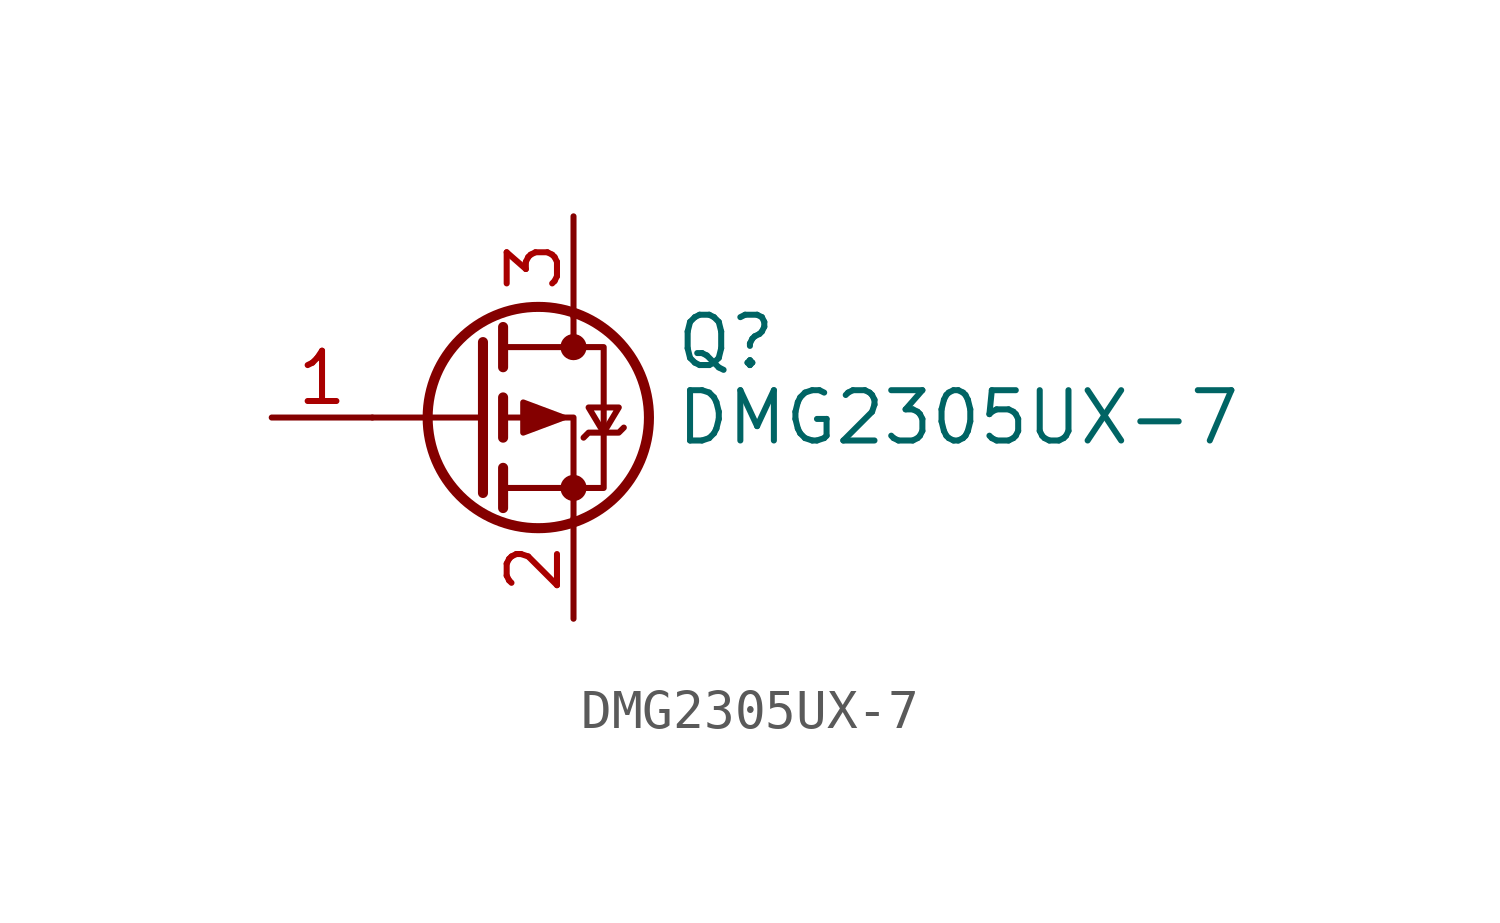
<source format=kicad_sym>
(kicad_symbol_lib
  (version 20211014)
  (generator kicad_symbol_editor)
  (symbol "DMG2305UX-7"
    (pin_names hide)
    (property "Reference" "Q"
      (at 5.08 1.905 0)
      (effects (font (size 1.27 1.27)) (justify left)))
    (property "Value" "DMG2305UX-7"
      (at 5.08 0 0)
      (effects (font (size 1.27 1.27)) (justify left)))
    (symbol "DMG2305UX-7_0_1"
      (polyline (pts (xy 0.254 0) (xy -2.54 0)) (stroke (width 0) (type default) (color 0 0 0 0)) (fill (type none)))
      (polyline (pts (xy 0.254 1.905) (xy 0.254 -1.905)) (stroke (width 0.254) (type default) (color 0 0 0 0)) (fill (type none)))
      (polyline (pts (xy 0.762 -1.27) (xy 0.762 -2.286)) (stroke (width 0.254) (type default) (color 0 0 0 0)) (fill (type none)))
      (polyline (pts (xy 0.762 0.508) (xy 0.762 -0.508)) (stroke (width 0.254) (type default) (color 0 0 0 0)) (fill (type none)))
      (polyline (pts (xy 0.762 2.286) (xy 0.762 1.27)) (stroke (width 0.254) (type default) (color 0 0 0 0)) (fill (type none)))
      (polyline (pts (xy 2.54 2.54) (xy 2.54 1.778)) (stroke (width 0) (type default) (color 0 0 0 0)) (fill (type none)))
      (polyline (pts (xy 2.54 -2.54) (xy 2.54 0) (xy 0.762 0)) (stroke (width 0) (type default) (color 0 0 0 0)) (fill (type none)))
      (polyline (pts (xy 0.762 1.778) (xy 3.302 1.778) (xy 3.302 -1.778) (xy 0.762 -1.778)) (stroke (width 0) (type default) (color 0 0 0 0)) (fill (type none)))
      (polyline (pts (xy 2.286 0) (xy 1.27 0.381) (xy 1.27 -0.381) (xy 2.286 0)) (stroke (width 0) (type default) (color 0 0 0 0)) (fill (type outline)))
      (polyline (pts (xy 2.794 -0.508) (xy 2.921 -0.381) (xy 3.683 -0.381) (xy 3.81 -0.254)) (stroke (width 0) (type default) (color 0 0 0 0)) (fill (type none)))
      (polyline (pts (xy 3.302 -0.381) (xy 2.921 0.254) (xy 3.683 0.254) (xy 3.302 -0.381)) (stroke (width 0) (type default) (color 0 0 0 0)) (fill (type none)))
      (circle (center 1.651 0) (radius 2.794) (stroke (width 0.254) (type default) (color 0 0 0 0)) (fill (type none)))
      (circle (center 2.54 -1.778) (radius 0.254) (stroke (width 0) (type default) (color 0 0 0 0)) (fill (type outline)))
      (circle (center 2.54 1.778) (radius 0.254) (stroke (width 0) (type default) (color 0 0 0 0)) (fill (type outline))))
    (symbol "DMG2305UX-7_1_1"
      (pin input line (at -5.08 0 0) (length 2.54) (name "G" (effects (font (size 1.27 1.27)))) (number "1" (effects (font (size 1.27 1.27)))))
      (pin passive line (at 2.54 -5.08 90) (length 2.54) (name "S" (effects (font (size 1.27 1.27)))) (number "2" (effects (font (size 1.27 1.27)))))
      (pin passive line (at 2.54 5.08 270) (length 2.54) (name "D" (effects (font (size 1.27 1.27)))) (number "3" (effects (font (size 1.27 1.27))))))))
</source>
